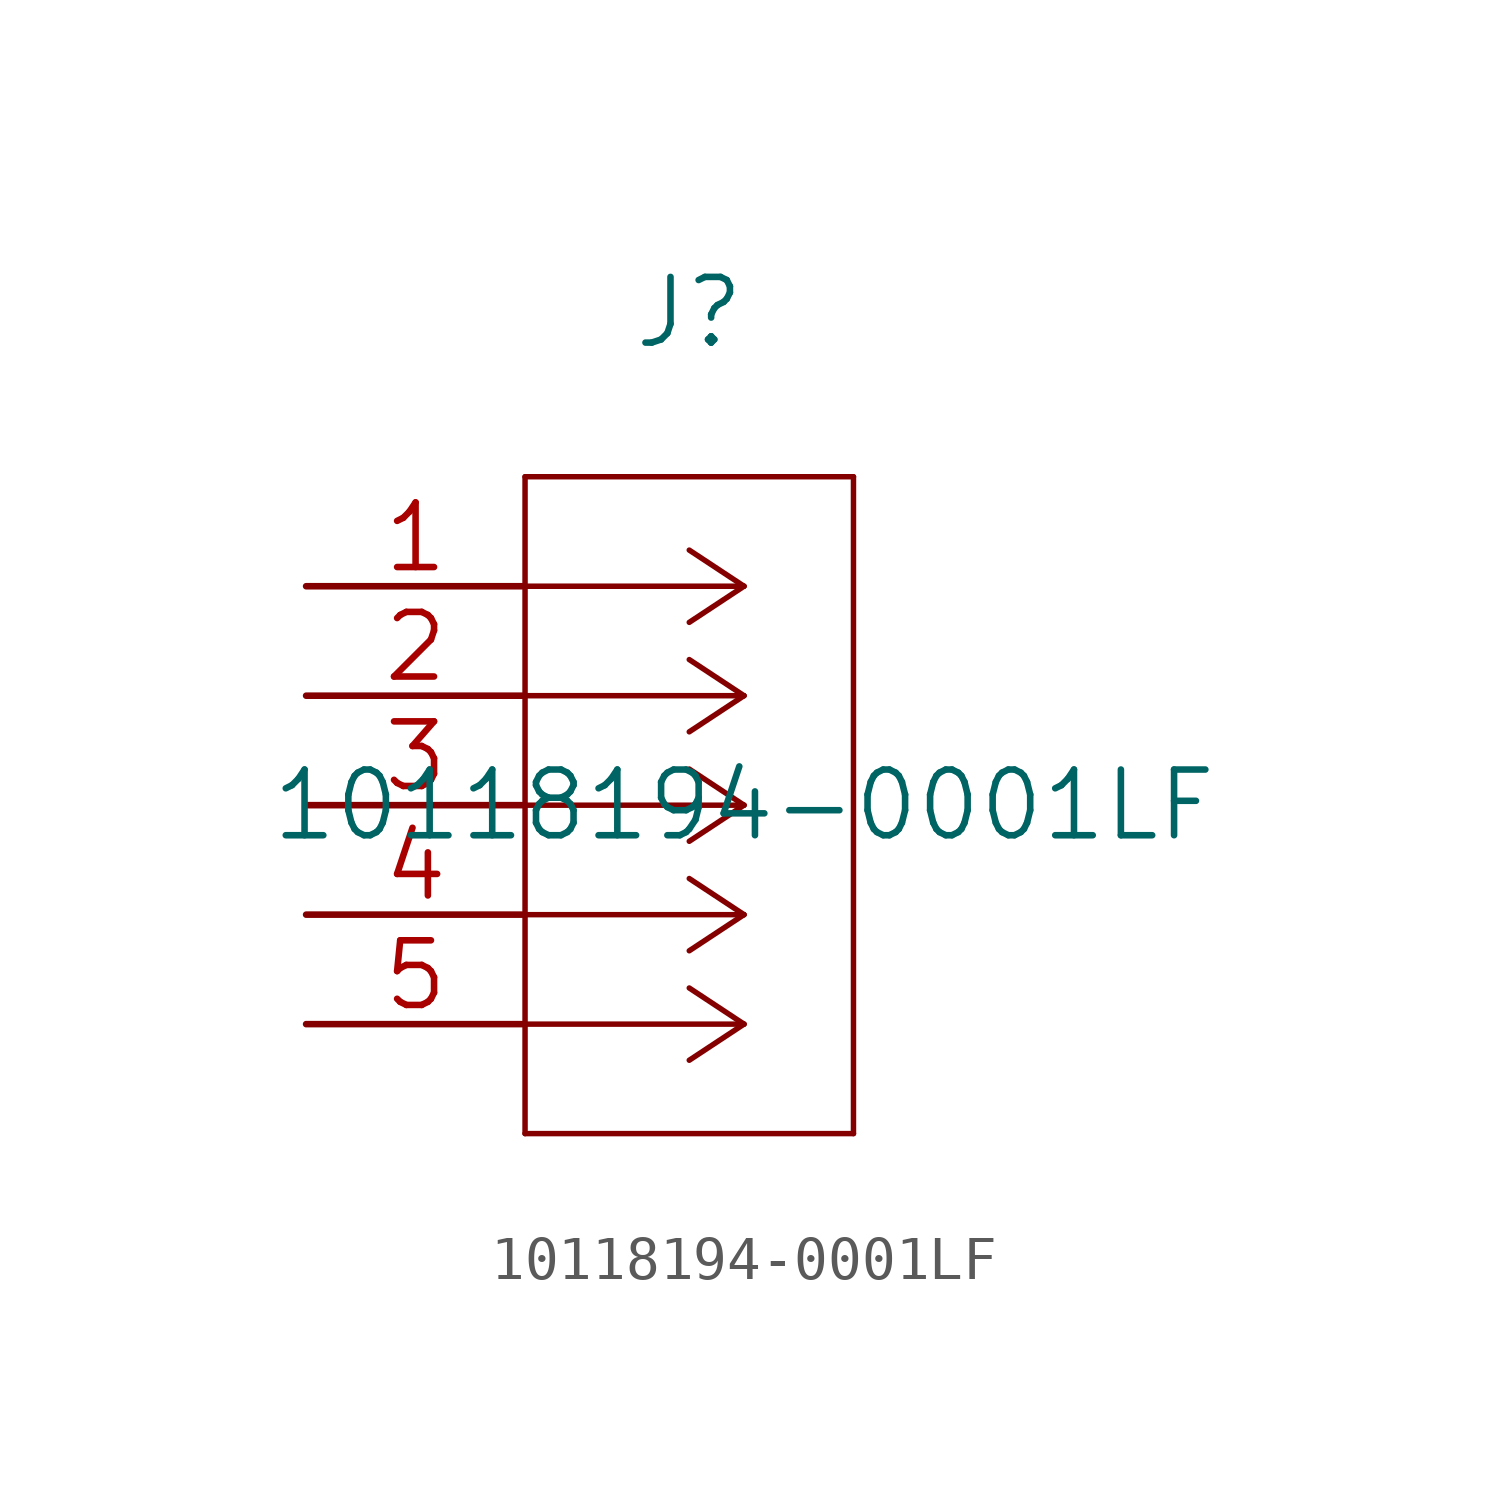
<source format=kicad_sym>
(kicad_symbol_lib
  (version 20211014)
  (generator kicad_symbol_editor)
  (symbol "10118194-0001LF"
    (pin_names
      (offset 0.254) hide)
    (property "Reference" "J"
      (at 8.89 6.35 0)
      (effects (font (size 1.524 1.524))))
    (property "Value" "10118194-0001LF"
      (at 10.16 -5.08 0)
      (effects (font (size 1.524 1.524))))
    (property "Datasheet" ""
      (at 0 0 0)
      (effects (font (size 1.524 1.524))))
    (property "ki_locked" ""
      (at 0 0 0)
      (effects (font (size 1.27 1.27))))
    (symbol "10118194-0001LF_1_1"
      (polyline (pts (xy 5.08 -12.7) (xy 12.7 -12.7)) (stroke (width 0.127) (type default) (color 0 0 0 0)) (fill (type none)))
      (polyline (pts (xy 5.08 2.54) (xy 5.08 -12.7)) (stroke (width 0.127) (type default) (color 0 0 0 0)) (fill (type none)))
      (polyline (pts (xy 10.16 -10.16) (xy 5.08 -10.16)) (stroke (width 0.127) (type default) (color 0 0 0 0)) (fill (type none)))
      (polyline (pts (xy 10.16 -10.16) (xy 8.89 -10.998)) (stroke (width 0.127) (type default) (color 0 0 0 0)) (fill (type none)))
      (polyline (pts (xy 10.16 -10.16) (xy 8.89 -9.322)) (stroke (width 0.127) (type default) (color 0 0 0 0)) (fill (type none)))
      (polyline (pts (xy 10.16 -7.62) (xy 5.08 -7.62)) (stroke (width 0.127) (type default) (color 0 0 0 0)) (fill (type none)))
      (polyline (pts (xy 10.16 -7.62) (xy 8.89 -8.458)) (stroke (width 0.127) (type default) (color 0 0 0 0)) (fill (type none)))
      (polyline (pts (xy 10.16 -7.62) (xy 8.89 -6.782)) (stroke (width 0.127) (type default) (color 0 0 0 0)) (fill (type none)))
      (polyline (pts (xy 10.16 -5.08) (xy 5.08 -5.08)) (stroke (width 0.127) (type default) (color 0 0 0 0)) (fill (type none)))
      (polyline (pts (xy 10.16 -5.08) (xy 8.89 -5.918)) (stroke (width 0.127) (type default) (color 0 0 0 0)) (fill (type none)))
      (polyline (pts (xy 10.16 -5.08) (xy 8.89 -4.242)) (stroke (width 0.127) (type default) (color 0 0 0 0)) (fill (type none)))
      (polyline (pts (xy 10.16 -2.54) (xy 5.08 -2.54)) (stroke (width 0.127) (type default) (color 0 0 0 0)) (fill (type none)))
      (polyline (pts (xy 10.16 -2.54) (xy 8.89 -3.378)) (stroke (width 0.127) (type default) (color 0 0 0 0)) (fill (type none)))
      (polyline (pts (xy 10.16 -2.54) (xy 8.89 -1.702)) (stroke (width 0.127) (type default) (color 0 0 0 0)) (fill (type none)))
      (polyline (pts (xy 10.16 0) (xy 5.08 0)) (stroke (width 0.127) (type default) (color 0 0 0 0)) (fill (type none)))
      (polyline (pts (xy 10.16 0) (xy 8.89 -0.838)) (stroke (width 0.127) (type default) (color 0 0 0 0)) (fill (type none)))
      (polyline (pts (xy 10.16 0) (xy 8.89 0.838)) (stroke (width 0.127) (type default) (color 0 0 0 0)) (fill (type none)))
      (polyline (pts (xy 12.7 -12.7) (xy 12.7 2.54)) (stroke (width 0.127) (type default) (color 0 0 0 0)) (fill (type none)))
      (polyline (pts (xy 12.7 2.54) (xy 5.08 2.54)) (stroke (width 0.127) (type default) (color 0 0 0 0)) (fill (type none)))
      (pin unspecified line (at 0 0 0) (length 5.08) (name "1" (effects (font (size 1.499 1.499)))) (number "1" (effects (font (size 1.499 1.499)))))
      (pin unspecified line (at 0 -2.54 0) (length 5.08) (name "2" (effects (font (size 1.499 1.499)))) (number "2" (effects (font (size 1.499 1.499)))))
      (pin unspecified line (at 0 -5.08 0) (length 5.08) (name "3" (effects (font (size 1.499 1.499)))) (number "3" (effects (font (size 1.499 1.499)))))
      (pin unspecified line (at 0 -7.62 0) (length 5.08) (name "4" (effects (font (size 1.499 1.499)))) (number "4" (effects (font (size 1.499 1.499)))))
      (pin unspecified line (at 0 -10.16 0) (length 5.08) (name "5" (effects (font (size 1.499 1.499)))) (number "5" (effects (font (size 1.499 1.499))))))))
</source>
